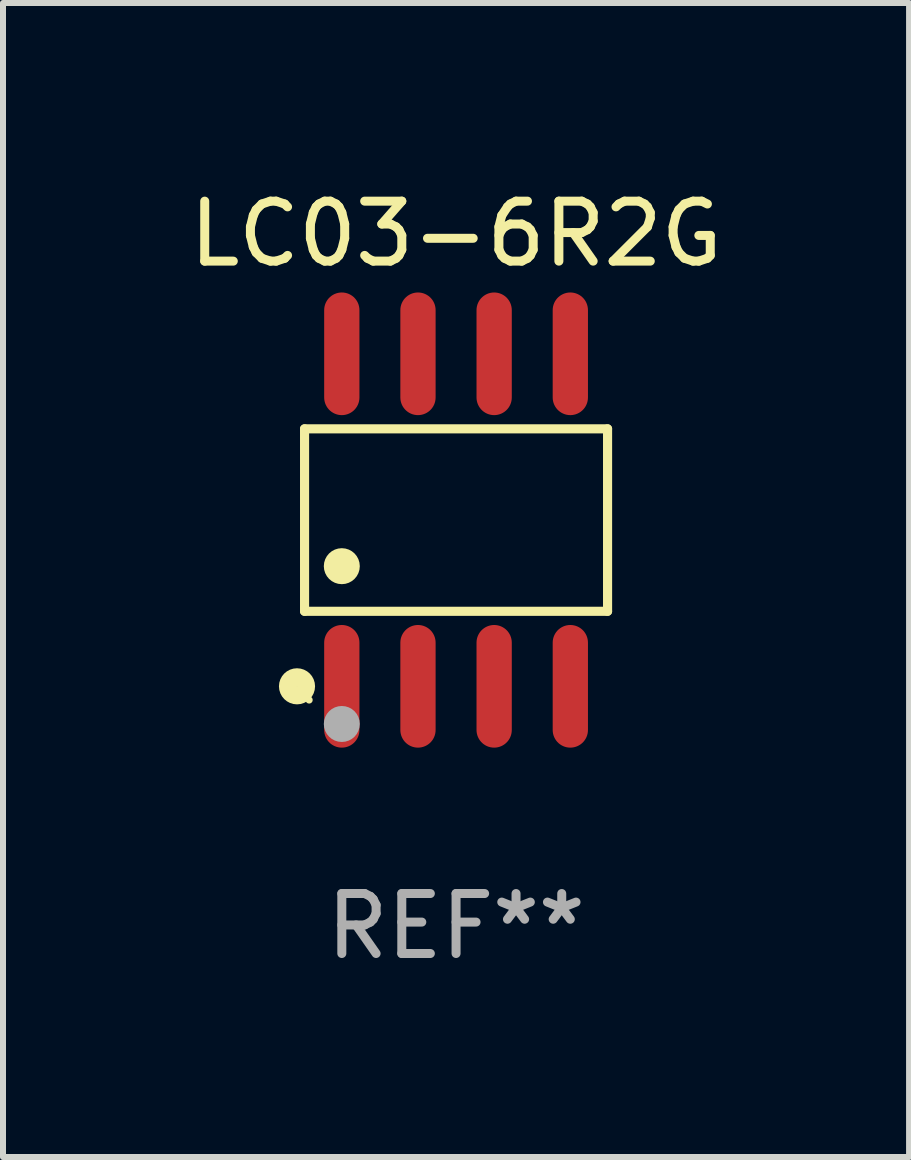
<source format=kicad_pcb>
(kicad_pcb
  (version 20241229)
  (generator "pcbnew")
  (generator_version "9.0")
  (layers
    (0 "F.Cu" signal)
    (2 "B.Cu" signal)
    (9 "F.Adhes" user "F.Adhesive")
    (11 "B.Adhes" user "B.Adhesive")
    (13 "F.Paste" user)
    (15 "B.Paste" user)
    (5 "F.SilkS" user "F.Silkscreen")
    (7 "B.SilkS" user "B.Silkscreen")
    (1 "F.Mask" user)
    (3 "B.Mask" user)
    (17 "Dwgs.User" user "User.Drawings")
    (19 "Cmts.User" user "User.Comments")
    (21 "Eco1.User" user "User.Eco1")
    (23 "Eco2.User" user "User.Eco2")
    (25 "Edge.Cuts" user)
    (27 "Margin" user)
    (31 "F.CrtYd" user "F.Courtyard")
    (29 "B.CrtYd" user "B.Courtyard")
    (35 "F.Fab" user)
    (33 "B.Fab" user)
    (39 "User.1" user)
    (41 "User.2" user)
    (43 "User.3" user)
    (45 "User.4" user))
  (footprint "LC03-6R2G"
    (layer "F.Cu")
    (at 4.554 5.621)
    (property "Reference" "LC03-6R2G" (at 0 -4.772 0) (layer "F.SilkS") (effects (font (size 1 1) (thickness 0.15))))
    (attr through_hole)
    (fp_line (start -2.526 -1.521) (end 2.526 -1.521) (stroke (width 0.152) (type solid)) (layer "F.SilkS"))
    (fp_line (start -2.526 1.521) (end -2.526 -1.521) (stroke (width 0.152) (type solid)) (layer "F.SilkS"))
    (fp_line (start 2.526 -1.521) (end 2.526 1.521) (stroke (width 0.152) (type solid)) (layer "F.SilkS"))
    (fp_line (start 2.526 1.521) (end -2.526 1.521) (stroke (width 0.152) (type solid)) (layer "F.SilkS"))
    (fp_circle (center -2.652 2.772) (end -2.501 2.772) (stroke (width 0.3) (type solid)) (fill no) (layer "F.SilkS"))
    (fp_circle (center -2.45 3) (end -2.42 3) (stroke (width 0.06) (type solid)) (fill no) (layer "F.SilkS"))
    (fp_circle (center -1.905 0.769) (end -1.755 0.769) (stroke (width 0.3) (type solid)) (fill no) (layer "F.SilkS"))
    (fp_circle (center -1.905 3.4) (end -1.755 3.4) (stroke (width 0.3) (type solid)) (fill no) (layer "F.Fab"))
    (fp_text user "REF**" (at 0 6.772 0) (layer "F.Fab") (effects (font (size 1 1) (thickness 0.15))))
    (pad "1" smd oval (at -1.905 2.772) (size 0.588 2.045) (layers "F.Cu" "F.Mask" "F.Paste"))
    (pad "2" smd oval (at -0.635 2.772) (size 0.588 2.045) (layers "F.Cu" "F.Mask" "F.Paste"))
    (pad "3" smd oval (at 0.635 2.772) (size 0.588 2.045) (layers "F.Cu" "F.Mask" "F.Paste"))
    (pad "4" smd oval (at 1.905 2.772) (size 0.588 2.045) (layers "F.Cu" "F.Mask" "F.Paste"))
    (pad "5" smd oval (at 1.905 -2.772) (size 0.588 2.045) (layers "F.Cu" "F.Mask" "F.Paste"))
    (pad "6" smd oval (at 0.635 -2.772) (size 0.588 2.045) (layers "F.Cu" "F.Mask" "F.Paste"))
    (pad "7" smd oval (at -0.635 -2.772) (size 0.588 2.045) (layers "F.Cu" "F.Mask" "F.Paste"))
    (pad "8" smd oval (at -1.905 -2.772) (size 0.588 2.045) (layers "F.Cu" "F.Mask" "F.Paste")))
  (gr_rect
    (start -3 -3)
    (end 12.107 16.241)
    (stroke (width 0.1) (type default))
    (fill no)
    (layer "Edge.Cuts")))
</source>
